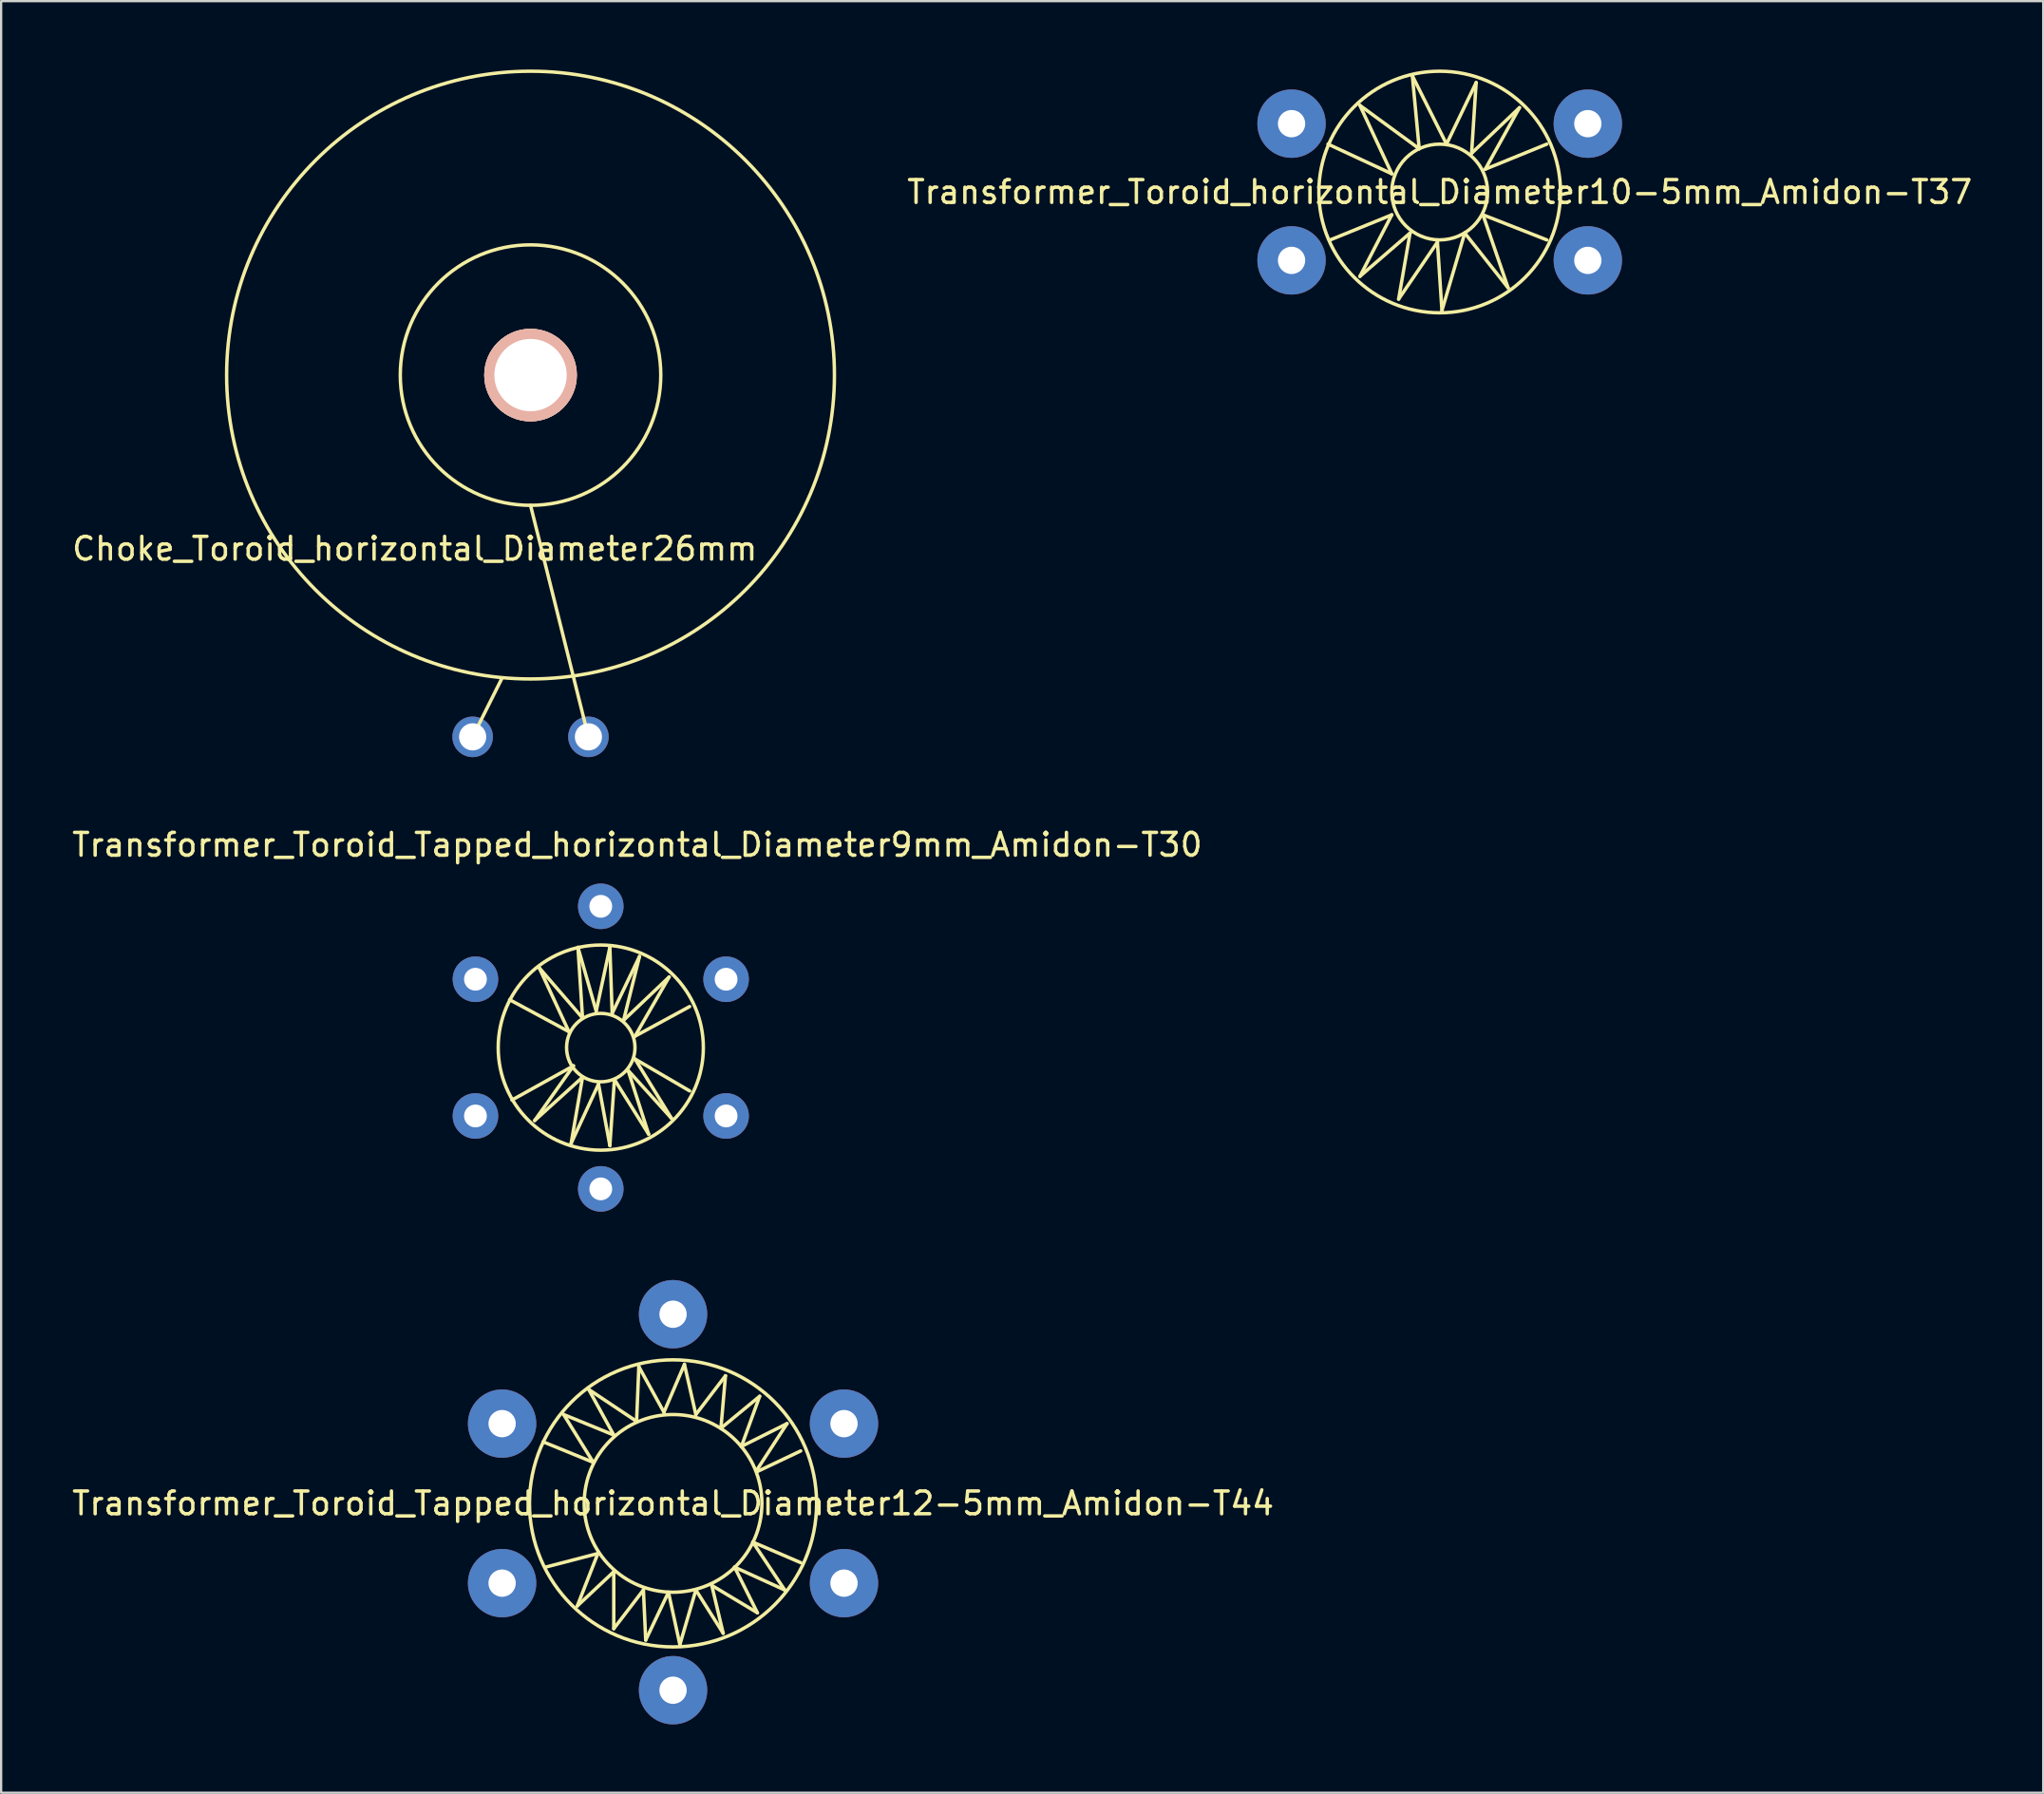
<source format=kicad_pcb>
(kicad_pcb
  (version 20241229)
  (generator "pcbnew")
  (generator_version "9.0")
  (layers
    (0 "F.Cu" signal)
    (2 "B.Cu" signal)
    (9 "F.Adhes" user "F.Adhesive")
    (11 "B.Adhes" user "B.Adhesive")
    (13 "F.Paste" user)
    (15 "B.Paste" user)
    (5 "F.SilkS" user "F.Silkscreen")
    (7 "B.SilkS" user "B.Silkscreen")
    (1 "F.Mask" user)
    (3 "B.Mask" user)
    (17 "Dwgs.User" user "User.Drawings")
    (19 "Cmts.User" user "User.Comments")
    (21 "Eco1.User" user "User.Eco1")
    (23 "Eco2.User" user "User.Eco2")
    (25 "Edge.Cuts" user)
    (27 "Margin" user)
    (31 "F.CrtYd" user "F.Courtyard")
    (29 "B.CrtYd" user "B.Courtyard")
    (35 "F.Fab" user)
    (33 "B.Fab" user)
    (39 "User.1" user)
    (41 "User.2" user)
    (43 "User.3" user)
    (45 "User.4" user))
  (footprint "Transformer_Toroid_horizontal_Diameter10-5mm_Amidon-T37"
    (layer "F.Cu")
    (at 60.121 5.376)
    (property "Reference" "Transformer_Toroid_horizontal_Diameter10-5mm_Amidon-T37" (at 0 0 0) (layer "F.SilkS") (effects (font (size 1 1) (thickness 0.15))))
    (attr through_hole)
    (fp_line (start -4.9 -2.101) (end -2.101 -0.8) (stroke (width 0.15) (type solid)) (layer "F.SilkS"))
    (fp_line (start -4.801 2.101) (end -2.101 1.001) (stroke (width 0.15) (type solid)) (layer "F.SilkS"))
    (fp_line (start -3.5 -3.8) (end -0.899 -1.9) (stroke (width 0.15) (type solid)) (layer "F.SilkS"))
    (fp_line (start -3.5 3.701) (end -1.3 1.801) (stroke (width 0.15) (type solid)) (layer "F.SilkS"))
    (fp_line (start -2.101 -0.8) (end -3.5 -3.8) (stroke (width 0.15) (type solid)) (layer "F.SilkS"))
    (fp_line (start -2.101 1.001) (end -3.5 3.701) (stroke (width 0.15) (type solid)) (layer "F.SilkS"))
    (fp_line (start -1.801 4.699) (end -0.099 2.2) (stroke (width 0.15) (type solid)) (layer "F.SilkS"))
    (fp_line (start -1.3 1.801) (end -1.801 4.699) (stroke (width 0.15) (type solid)) (layer "F.SilkS"))
    (fp_line (start -1.199 -5.1) (end 0.3 -2.101) (stroke (width 0.15) (type solid)) (layer "F.SilkS"))
    (fp_line (start -0.899 -1.9) (end -1.199 -5.1) (stroke (width 0.15) (type solid)) (layer "F.SilkS"))
    (fp_line (start -0.099 2.2) (end 0.099 5.199) (stroke (width 0.15) (type solid)) (layer "F.SilkS"))
    (fp_line (start 0.099 5.199) (end 1.1 1.801) (stroke (width 0.15) (type solid)) (layer "F.SilkS"))
    (fp_line (start 0.3 -2.101) (end 1.6 -4.801) (stroke (width 0.15) (type solid)) (layer "F.SilkS"))
    (fp_line (start 1.1 1.801) (end 3 4.201) (stroke (width 0.15) (type solid)) (layer "F.SilkS"))
    (fp_line (start 1.4 -1.699) (end 3.5 -3.701) (stroke (width 0.15) (type solid)) (layer "F.SilkS"))
    (fp_line (start 1.6 -4.801) (end 1.4 -1.699) (stroke (width 0.15) (type solid)) (layer "F.SilkS"))
    (fp_line (start 1.9 1.001) (end 4.699 2.101) (stroke (width 0.15) (type solid)) (layer "F.SilkS"))
    (fp_line (start 1.999 -1.001) (end 4.699 -2.101) (stroke (width 0.15) (type solid)) (layer "F.SilkS"))
    (fp_line (start 3 4.201) (end 1.9 1.001) (stroke (width 0.15) (type solid)) (layer "F.SilkS"))
    (fp_line (start 3.5 -3.701) (end 1.999 -1.001) (stroke (width 0.15) (type solid)) (layer "F.SilkS"))
    (fp_circle (center 0 0) (end 2.101 0) (stroke (width 0.15) (type solid)) (fill no) (layer "F.SilkS"))
    (fp_circle (center 0 0) (end 5.301 0) (stroke (width 0.15) (type solid)) (fill no) (layer "F.SilkS"))
    (pad "1" thru_hole circle (at -6.5 3) (size 3 3) (drill 1.199) (layers "*.Cu" "*.Mask"))
    (pad "2" thru_hole circle (at 6.5 3) (size 3 3) (drill 1.199) (layers "*.Cu" "*.Mask"))
    (pad "3" thru_hole circle (at -6.5 -3) (size 3 3) (drill 1.199) (layers "*.Cu" "*.Mask"))
    (pad "4" thru_hole circle (at 6.5 -3) (size 3 3) (drill 1.199) (layers "*.Cu" "*.Mask")))
  (footprint "Transformer_Toroid_Tapped_horizontal_Diameter12-5mm_Amidon-T44"
    (layer "F.Cu")
    (at 26.482 62.923)
    (property "Reference" "Transformer_Toroid_Tapped_horizontal_Diameter12-5mm_Amidon-T44" (at 0 0 0) (layer "F.SilkS") (effects (font (size 1 1) (thickness 0.15))))
    (attr through_hole)
    (fp_line (start -5.7 -2.7) (end -3.5 -1.801) (stroke (width 0.15) (type solid)) (layer "F.SilkS"))
    (fp_line (start -5.601 2.799) (end -3.299 2.2) (stroke (width 0.15) (type solid)) (layer "F.SilkS"))
    (fp_line (start -4.801 -3.899) (end -2.601 -3) (stroke (width 0.15) (type solid)) (layer "F.SilkS"))
    (fp_line (start -4.201 4.501) (end -2.601 3) (stroke (width 0.15) (type solid)) (layer "F.SilkS"))
    (fp_line (start -3.701 -5.001) (end -1.6 -3.599) (stroke (width 0.15) (type solid)) (layer "F.SilkS"))
    (fp_line (start -3.5 -1.801) (end -4.801 -3.899) (stroke (width 0.15) (type solid)) (layer "F.SilkS"))
    (fp_line (start -3.299 2.2) (end -4.201 4.501) (stroke (width 0.15) (type solid)) (layer "F.SilkS"))
    (fp_line (start -2.601 -3) (end -3.701 -5.001) (stroke (width 0.15) (type solid)) (layer "F.SilkS"))
    (fp_line (start -2.601 3) (end -2.601 5.499) (stroke (width 0.15) (type solid)) (layer "F.SilkS"))
    (fp_line (start -2.601 5.499) (end -1.3 3.8) (stroke (width 0.15) (type solid)) (layer "F.SilkS"))
    (fp_line (start -1.6 -3.599) (end -1.501 -5.999) (stroke (width 0.15) (type solid)) (layer "F.SilkS"))
    (fp_line (start -1.501 -5.999) (end -0.399 -4) (stroke (width 0.15) (type solid)) (layer "F.SilkS"))
    (fp_line (start -1.3 3.8) (end -1.199 5.999) (stroke (width 0.15) (type solid)) (layer "F.SilkS"))
    (fp_line (start -1.199 5.999) (end -0.201 3.899) (stroke (width 0.15) (type solid)) (layer "F.SilkS"))
    (fp_line (start -0.399 -4) (end 0.5 -6.101) (stroke (width 0.15) (type solid)) (layer "F.SilkS"))
    (fp_line (start -0.201 3.899) (end 0.3 6.2) (stroke (width 0.15) (type solid)) (layer "F.SilkS"))
    (fp_line (start 0.3 6.2) (end 1.001 3.8) (stroke (width 0.15) (type solid)) (layer "F.SilkS"))
    (fp_line (start 0.5 -6.101) (end 1.001 -3.899) (stroke (width 0.15) (type solid)) (layer "F.SilkS"))
    (fp_line (start 1.001 -3.899) (end 2.301 -5.601) (stroke (width 0.15) (type solid)) (layer "F.SilkS"))
    (fp_line (start 1.001 3.8) (end 2.2 5.7) (stroke (width 0.15) (type solid)) (layer "F.SilkS"))
    (fp_line (start 1.699 3.599) (end 3.701 4.801) (stroke (width 0.15) (type solid)) (layer "F.SilkS"))
    (fp_line (start 2.101 -3.299) (end 3.8 -4.699) (stroke (width 0.15) (type solid)) (layer "F.SilkS"))
    (fp_line (start 2.2 5.7) (end 1.699 3.599) (stroke (width 0.15) (type solid)) (layer "F.SilkS"))
    (fp_line (start 2.301 -5.601) (end 2.101 -3.299) (stroke (width 0.15) (type solid)) (layer "F.SilkS"))
    (fp_line (start 2.7 2.799) (end 4.9 3.8) (stroke (width 0.15) (type solid)) (layer "F.SilkS"))
    (fp_line (start 3 -2.499) (end 5.001 -3.5) (stroke (width 0.15) (type solid)) (layer "F.SilkS"))
    (fp_line (start 3.5 1.699) (end 5.601 2.601) (stroke (width 0.15) (type solid)) (layer "F.SilkS"))
    (fp_line (start 3.701 -1.4) (end 5.601 -2.301) (stroke (width 0.15) (type solid)) (layer "F.SilkS"))
    (fp_line (start 3.701 4.801) (end 2.7 2.799) (stroke (width 0.15) (type solid)) (layer "F.SilkS"))
    (fp_line (start 3.8 -4.699) (end 3 -2.499) (stroke (width 0.15) (type solid)) (layer "F.SilkS"))
    (fp_line (start 4.9 3.8) (end 3.5 1.699) (stroke (width 0.15) (type solid)) (layer "F.SilkS"))
    (fp_line (start 5.001 -3.5) (end 3.701 -1.501) (stroke (width 0.15) (type solid)) (layer "F.SilkS"))
    (fp_circle (center 0 0) (end 3.899 0) (stroke (width 0.15) (type solid)) (fill no) (layer "F.SilkS"))
    (fp_circle (center 0 0) (end 6.299 0) (stroke (width 0.15) (type solid)) (fill no) (layer "F.SilkS"))
    (pad "1" thru_hole circle (at -7.501 3.5) (size 3 3) (drill 1.199) (layers "*.Cu" "*.Mask"))
    (pad "2" thru_hole circle (at 0 8.199) (size 3 3) (drill 1.199) (layers "*.Cu" "*.Mask"))
    (pad "3" thru_hole circle (at 7.501 3.5) (size 3 3) (drill 1.199) (layers "*.Cu" "*.Mask"))
    (pad "4" thru_hole circle (at -7.501 -3.5) (size 3 3) (drill 1.199) (layers "*.Cu" "*.Mask"))
    (pad "5" thru_hole circle (at 0 -8.301) (size 3 3) (drill 1.199) (layers "*.Cu" "*.Mask"))
    (pad "6" thru_hole circle (at 7.501 -3.5) (size 3 3) (drill 1.199) (layers "*.Cu" "*.Mask")))
  (footprint "Transformer_Toroid_Tapped_horizontal_Diameter9mm_Amidon-T30"
    (layer "F.Cu")
    (at 23.311 42.922)
    (property "Reference" "Transformer_Toroid_Tapped_horizontal_Diameter9mm_Amidon-T30" (at 1.6 -8.9 0) (layer "F.SilkS") (effects (font (size 1 1) (thickness 0.15))))
    (attr through_hole)
    (fp_line (start -4 -2.101) (end -1.4 -0.701) (stroke (width 0.15) (type solid)) (layer "F.SilkS"))
    (fp_line (start -3.899 2.301) (end -1.199 0.8) (stroke (width 0.15) (type solid)) (layer "F.SilkS"))
    (fp_line (start -2.901 3.2) (end -0.8 1.3) (stroke (width 0.15) (type solid)) (layer "F.SilkS"))
    (fp_line (start -2.7 -3.5) (end -0.8 -1.3) (stroke (width 0.15) (type solid)) (layer "F.SilkS"))
    (fp_line (start -1.4 -0.701) (end -2.7 -3.5) (stroke (width 0.15) (type solid)) (layer "F.SilkS"))
    (fp_line (start -1.3 4.201) (end -0.099 1.6) (stroke (width 0.15) (type solid)) (layer "F.SilkS"))
    (fp_line (start -1.199 0.8) (end -2.901 3.2) (stroke (width 0.15) (type solid)) (layer "F.SilkS"))
    (fp_line (start -1.001 -4.399) (end -0.201 -1.6) (stroke (width 0.15) (type solid)) (layer "F.SilkS"))
    (fp_line (start -0.8 -1.3) (end -1.001 -4.399) (stroke (width 0.15) (type solid)) (layer "F.SilkS"))
    (fp_line (start -0.8 1.3) (end -1.3 4.201) (stroke (width 0.15) (type solid)) (layer "F.SilkS"))
    (fp_line (start -0.201 -1.6) (end 0.399 -4.399) (stroke (width 0.15) (type solid)) (layer "F.SilkS"))
    (fp_line (start -0.099 1.6) (end 0.399 4.3) (stroke (width 0.15) (type solid)) (layer "F.SilkS"))
    (fp_line (start 0.399 -4.399) (end 0.5 -1.501) (stroke (width 0.15) (type solid)) (layer "F.SilkS"))
    (fp_line (start 0.399 4.3) (end 0.599 1.4) (stroke (width 0.15) (type solid)) (layer "F.SilkS"))
    (fp_line (start 0.5 -1.501) (end 1.699 -4) (stroke (width 0.15) (type solid)) (layer "F.SilkS"))
    (fp_line (start 0.599 1.4) (end 2.101 3.8) (stroke (width 0.15) (type solid)) (layer "F.SilkS"))
    (fp_line (start 1.001 -1.199) (end 3 -3.099) (stroke (width 0.15) (type solid)) (layer "F.SilkS"))
    (fp_line (start 1.199 1.001) (end 3.099 3.099) (stroke (width 0.15) (type solid)) (layer "F.SilkS"))
    (fp_line (start 1.501 -0.5) (end 3.899 -1.801) (stroke (width 0.15) (type solid)) (layer "F.SilkS"))
    (fp_line (start 1.501 0.5) (end 3.899 1.9) (stroke (width 0.15) (type solid)) (layer "F.SilkS"))
    (fp_line (start 1.699 -4) (end 1.001 -1.199) (stroke (width 0.15) (type solid)) (layer "F.SilkS"))
    (fp_line (start 2.101 3.8) (end 1.199 1.001) (stroke (width 0.15) (type solid)) (layer "F.SilkS"))
    (fp_line (start 3 -3.099) (end 1.501 -0.5) (stroke (width 0.15) (type solid)) (layer "F.SilkS"))
    (fp_line (start 3.099 3.099) (end 1.501 0.5) (stroke (width 0.15) (type solid)) (layer "F.SilkS"))
    (fp_circle (center 0 0) (end 1.501 0) (stroke (width 0.15) (type solid)) (fill no) (layer "F.SilkS"))
    (fp_circle (center 0 0) (end 4.501 0) (stroke (width 0.15) (type solid)) (fill no) (layer "F.SilkS"))
    (pad "1" thru_hole circle (at -5.499 3) (size 1.999 1.999) (drill 1.001) (layers "*.Cu" "*.Mask"))
    (pad "2" thru_hole circle (at 0 6.2) (size 1.999 1.999) (drill 1.001) (layers "*.Cu" "*.Mask"))
    (pad "3" thru_hole circle (at 5.499 3) (size 1.999 1.999) (drill 1.001) (layers "*.Cu" "*.Mask"))
    (pad "4" thru_hole circle (at -5.499 -3) (size 1.999 1.999) (drill 1.001) (layers "*.Cu" "*.Mask"))
    (pad "5" thru_hole circle (at 0 -6.2) (size 1.999 1.999) (drill 1.001) (layers "*.Cu" "*.Mask"))
    (pad "6" thru_hole circle (at 5.499 -3) (size 1.999 1.999) (drill 1.001) (layers "*.Cu" "*.Mask")))
  (footprint "Choke_Toroid_horizontal_Diameter26mm"
    (layer "F.Cu")
    (at 20.229 13.41)
    (property "Reference" "Choke_Toroid_horizontal_Diameter26mm" (at -5.08 7.62 0) (layer "F.SilkS") (effects (font (size 1 1) (thickness 0.15))))
    (attr through_hole)
    (fp_line (start -2.54 15.875) (end -1.27 13.335) (stroke (width 0.15) (type solid)) (layer "F.SilkS"))
    (fp_line (start 2.54 15.875) (end 0 5.715) (stroke (width 0.15) (type solid)) (layer "F.SilkS"))
    (fp_circle (center 0 0) (end -13.335 0) (stroke (width 0.15) (type solid)) (fill no) (layer "F.SilkS"))
    (fp_circle (center 0 0) (end 5.715 0) (stroke (width 0.15) (type solid)) (fill no) (layer "F.SilkS"))
    (pad "" thru_hole circle (at 0 0) (size 4.064 4.064) (drill 3.175) (layers "*.Cu" "*.SilkS" "*.Mask"))
    (pad "1" thru_hole circle (at -2.54 15.875) (size 1.778 1.778) (drill 1.194) (layers "*.Cu" "*.Mask"))
    (pad "2" thru_hole circle (at 2.54 15.875) (size 1.778 1.778) (drill 1.194) (layers "*.Cu" "*.Mask")))
  (gr_rect
    (start -3 -3)
    (end 86.603 75.622)
    (stroke (width 0.1) (type default))
    (fill no)
    (layer "Edge.Cuts")))
</source>
